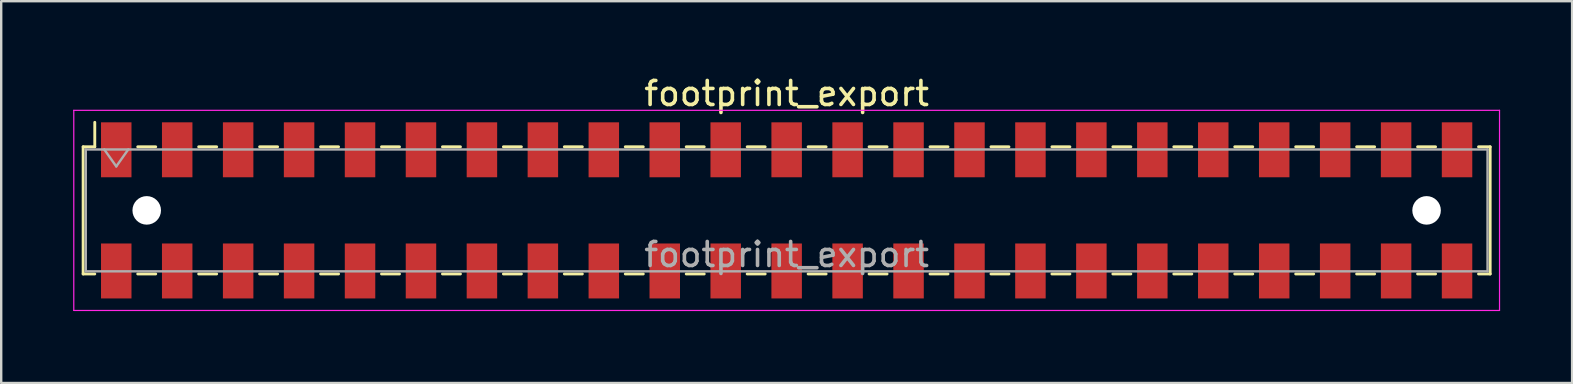
<source format=kicad_pcb>
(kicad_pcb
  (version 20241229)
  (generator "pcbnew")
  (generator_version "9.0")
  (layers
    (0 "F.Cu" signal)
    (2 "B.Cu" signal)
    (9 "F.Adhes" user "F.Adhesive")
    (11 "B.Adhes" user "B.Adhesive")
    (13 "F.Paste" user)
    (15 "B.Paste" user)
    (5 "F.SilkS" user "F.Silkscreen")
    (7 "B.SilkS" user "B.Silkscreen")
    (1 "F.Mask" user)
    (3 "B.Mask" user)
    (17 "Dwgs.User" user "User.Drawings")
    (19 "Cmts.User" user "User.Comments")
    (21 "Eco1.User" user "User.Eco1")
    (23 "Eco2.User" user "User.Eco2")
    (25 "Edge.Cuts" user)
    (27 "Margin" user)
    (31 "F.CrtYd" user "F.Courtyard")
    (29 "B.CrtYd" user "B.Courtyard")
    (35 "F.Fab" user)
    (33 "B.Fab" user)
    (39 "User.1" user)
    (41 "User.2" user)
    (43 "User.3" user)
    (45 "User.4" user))
  (footprint "footprint_export"
    (layer "F.Cu")
    (at 29.735 5.718)
    (property "Reference" "footprint_export" (at 0 -4.87 0) (layer "F.SilkS") (effects (font (size 1 1) (thickness 0.15))))
    (attr smd)
    (fp_line (start -29.32 -2.65) (end -29.32 2.65) (stroke (width 0.12) (type solid)) (layer "F.SilkS"))
    (fp_line (start -29.32 2.65) (end -28.835 2.65) (stroke (width 0.12) (type solid)) (layer "F.SilkS"))
    (fp_line (start -28.835 -3.67) (end -28.835 -2.65) (stroke (width 0.12) (type solid)) (layer "F.SilkS"))
    (fp_line (start -28.835 -2.65) (end -29.32 -2.65) (stroke (width 0.12) (type solid)) (layer "F.SilkS"))
    (fp_line (start -27.045 -2.65) (end -26.295 -2.65) (stroke (width 0.12) (type solid)) (layer "F.SilkS"))
    (fp_line (start -27.045 2.65) (end -26.295 2.65) (stroke (width 0.12) (type solid)) (layer "F.SilkS"))
    (fp_line (start -24.505 -2.65) (end -23.755 -2.65) (stroke (width 0.12) (type solid)) (layer "F.SilkS"))
    (fp_line (start -24.505 2.65) (end -23.755 2.65) (stroke (width 0.12) (type solid)) (layer "F.SilkS"))
    (fp_line (start -21.965 -2.65) (end -21.215 -2.65) (stroke (width 0.12) (type solid)) (layer "F.SilkS"))
    (fp_line (start -21.965 2.65) (end -21.215 2.65) (stroke (width 0.12) (type solid)) (layer "F.SilkS"))
    (fp_line (start -19.425 -2.65) (end -18.675 -2.65) (stroke (width 0.12) (type solid)) (layer "F.SilkS"))
    (fp_line (start -19.425 2.65) (end -18.675 2.65) (stroke (width 0.12) (type solid)) (layer "F.SilkS"))
    (fp_line (start -16.885 -2.65) (end -16.135 -2.65) (stroke (width 0.12) (type solid)) (layer "F.SilkS"))
    (fp_line (start -16.885 2.65) (end -16.135 2.65) (stroke (width 0.12) (type solid)) (layer "F.SilkS"))
    (fp_line (start -14.345 -2.65) (end -13.595 -2.65) (stroke (width 0.12) (type solid)) (layer "F.SilkS"))
    (fp_line (start -14.345 2.65) (end -13.595 2.65) (stroke (width 0.12) (type solid)) (layer "F.SilkS"))
    (fp_line (start -11.805 -2.65) (end -11.055 -2.65) (stroke (width 0.12) (type solid)) (layer "F.SilkS"))
    (fp_line (start -11.805 2.65) (end -11.055 2.65) (stroke (width 0.12) (type solid)) (layer "F.SilkS"))
    (fp_line (start -9.265 -2.65) (end -8.515 -2.65) (stroke (width 0.12) (type solid)) (layer "F.SilkS"))
    (fp_line (start -9.265 2.65) (end -8.515 2.65) (stroke (width 0.12) (type solid)) (layer "F.SilkS"))
    (fp_line (start -6.725 -2.65) (end -5.975 -2.65) (stroke (width 0.12) (type solid)) (layer "F.SilkS"))
    (fp_line (start -6.725 2.65) (end -5.975 2.65) (stroke (width 0.12) (type solid)) (layer "F.SilkS"))
    (fp_line (start -4.185 -2.65) (end -3.435 -2.65) (stroke (width 0.12) (type solid)) (layer "F.SilkS"))
    (fp_line (start -4.185 2.65) (end -3.435 2.65) (stroke (width 0.12) (type solid)) (layer "F.SilkS"))
    (fp_line (start -1.645 -2.65) (end -0.895 -2.65) (stroke (width 0.12) (type solid)) (layer "F.SilkS"))
    (fp_line (start -1.645 2.65) (end -0.895 2.65) (stroke (width 0.12) (type solid)) (layer "F.SilkS"))
    (fp_line (start 0.895 -2.65) (end 1.645 -2.65) (stroke (width 0.12) (type solid)) (layer "F.SilkS"))
    (fp_line (start 0.895 2.65) (end 1.645 2.65) (stroke (width 0.12) (type solid)) (layer "F.SilkS"))
    (fp_line (start 3.435 -2.65) (end 4.185 -2.65) (stroke (width 0.12) (type solid)) (layer "F.SilkS"))
    (fp_line (start 3.435 2.65) (end 4.185 2.65) (stroke (width 0.12) (type solid)) (layer "F.SilkS"))
    (fp_line (start 5.975 -2.65) (end 6.725 -2.65) (stroke (width 0.12) (type solid)) (layer "F.SilkS"))
    (fp_line (start 5.975 2.65) (end 6.725 2.65) (stroke (width 0.12) (type solid)) (layer "F.SilkS"))
    (fp_line (start 8.515 -2.65) (end 9.265 -2.65) (stroke (width 0.12) (type solid)) (layer "F.SilkS"))
    (fp_line (start 8.515 2.65) (end 9.265 2.65) (stroke (width 0.12) (type solid)) (layer "F.SilkS"))
    (fp_line (start 11.055 -2.65) (end 11.805 -2.65) (stroke (width 0.12) (type solid)) (layer "F.SilkS"))
    (fp_line (start 11.055 2.65) (end 11.805 2.65) (stroke (width 0.12) (type solid)) (layer "F.SilkS"))
    (fp_line (start 13.595 -2.65) (end 14.345 -2.65) (stroke (width 0.12) (type solid)) (layer "F.SilkS"))
    (fp_line (start 13.595 2.65) (end 14.345 2.65) (stroke (width 0.12) (type solid)) (layer "F.SilkS"))
    (fp_line (start 16.135 -2.65) (end 16.885 -2.65) (stroke (width 0.12) (type solid)) (layer "F.SilkS"))
    (fp_line (start 16.135 2.65) (end 16.885 2.65) (stroke (width 0.12) (type solid)) (layer "F.SilkS"))
    (fp_line (start 18.675 -2.65) (end 19.425 -2.65) (stroke (width 0.12) (type solid)) (layer "F.SilkS"))
    (fp_line (start 18.675 2.65) (end 19.425 2.65) (stroke (width 0.12) (type solid)) (layer "F.SilkS"))
    (fp_line (start 21.215 -2.65) (end 21.965 -2.65) (stroke (width 0.12) (type solid)) (layer "F.SilkS"))
    (fp_line (start 21.215 2.65) (end 21.965 2.65) (stroke (width 0.12) (type solid)) (layer "F.SilkS"))
    (fp_line (start 23.755 -2.65) (end 24.505 -2.65) (stroke (width 0.12) (type solid)) (layer "F.SilkS"))
    (fp_line (start 23.755 2.65) (end 24.505 2.65) (stroke (width 0.12) (type solid)) (layer "F.SilkS"))
    (fp_line (start 26.295 -2.65) (end 27.045 -2.65) (stroke (width 0.12) (type solid)) (layer "F.SilkS"))
    (fp_line (start 26.295 2.65) (end 27.045 2.65) (stroke (width 0.12) (type solid)) (layer "F.SilkS"))
    (fp_line (start 28.835 -2.65) (end 29.32 -2.65) (stroke (width 0.12) (type solid)) (layer "F.SilkS"))
    (fp_line (start 29.32 -2.65) (end 29.32 2.65) (stroke (width 0.12) (type solid)) (layer "F.SilkS"))
    (fp_line (start 29.32 2.65) (end 28.835 2.65) (stroke (width 0.12) (type solid)) (layer "F.SilkS"))
    (fp_line (start -29.71 -4.17) (end 29.71 -4.17) (stroke (width 0.05) (type solid)) (layer "F.CrtYd"))
    (fp_line (start -29.71 4.17) (end -29.71 -4.17) (stroke (width 0.05) (type solid)) (layer "F.CrtYd"))
    (fp_line (start 29.71 -4.17) (end 29.71 4.17) (stroke (width 0.05) (type solid)) (layer "F.CrtYd"))
    (fp_line (start 29.71 4.17) (end -29.71 4.17) (stroke (width 0.05) (type solid)) (layer "F.CrtYd"))
    (fp_line (start -29.21 -2.54) (end 29.21 -2.54) (stroke (width 0.1) (type solid)) (layer "F.Fab"))
    (fp_line (start -29.21 2.54) (end -29.21 -2.54) (stroke (width 0.1) (type solid)) (layer "F.Fab"))
    (fp_line (start -28.44 -2.54) (end -27.94 -1.833) (stroke (width 0.1) (type solid)) (layer "F.Fab"))
    (fp_line (start -27.94 -1.833) (end -27.44 -2.54) (stroke (width 0.1) (type solid)) (layer "F.Fab"))
    (fp_line (start 29.21 -2.54) (end 29.21 2.54) (stroke (width 0.1) (type solid)) (layer "F.Fab"))
    (fp_line (start 29.21 2.54) (end -29.21 2.54) (stroke (width 0.1) (type solid)) (layer "F.Fab"))
    (fp_text user "${REFERENCE}" (at 0 1.84 0) (layer "F.Fab") (effects (font (size 1 1) (thickness 0.15))))
    (pad "" np_thru_hole circle (at -26.67 0) (size 1.19 1.19) (drill 1.19) (layers "*.Cu" "*.Mask"))
    (pad "" np_thru_hole circle (at 26.67 0) (size 1.19 1.19) (drill 1.19) (layers "*.Cu" "*.Mask"))
    (pad "1" smd rect (at -27.94 -2.525) (size 1.27 2.29) (layers "F.Cu" "F.Mask" "F.Paste"))
    (pad "2" smd rect (at -27.94 2.525) (size 1.27 2.29) (layers "F.Cu" "F.Mask" "F.Paste"))
    (pad "3" smd rect (at -25.4 -2.525) (size 1.27 2.29) (layers "F.Cu" "F.Mask" "F.Paste"))
    (pad "4" smd rect (at -25.4 2.525) (size 1.27 2.29) (layers "F.Cu" "F.Mask" "F.Paste"))
    (pad "5" smd rect (at -22.86 -2.525) (size 1.27 2.29) (layers "F.Cu" "F.Mask" "F.Paste"))
    (pad "6" smd rect (at -22.86 2.525) (size 1.27 2.29) (layers "F.Cu" "F.Mask" "F.Paste"))
    (pad "7" smd rect (at -20.32 -2.525) (size 1.27 2.29) (layers "F.Cu" "F.Mask" "F.Paste"))
    (pad "8" smd rect (at -20.32 2.525) (size 1.27 2.29) (layers "F.Cu" "F.Mask" "F.Paste"))
    (pad "9" smd rect (at -17.78 -2.525) (size 1.27 2.29) (layers "F.Cu" "F.Mask" "F.Paste"))
    (pad "10" smd rect (at -17.78 2.525) (size 1.27 2.29) (layers "F.Cu" "F.Mask" "F.Paste"))
    (pad "11" smd rect (at -15.24 -2.525) (size 1.27 2.29) (layers "F.Cu" "F.Mask" "F.Paste"))
    (pad "12" smd rect (at -15.24 2.525) (size 1.27 2.29) (layers "F.Cu" "F.Mask" "F.Paste"))
    (pad "13" smd rect (at -12.7 -2.525) (size 1.27 2.29) (layers "F.Cu" "F.Mask" "F.Paste"))
    (pad "14" smd rect (at -12.7 2.525) (size 1.27 2.29) (layers "F.Cu" "F.Mask" "F.Paste"))
    (pad "15" smd rect (at -10.16 -2.525) (size 1.27 2.29) (layers "F.Cu" "F.Mask" "F.Paste"))
    (pad "16" smd rect (at -10.16 2.525) (size 1.27 2.29) (layers "F.Cu" "F.Mask" "F.Paste"))
    (pad "17" smd rect (at -7.62 -2.525) (size 1.27 2.29) (layers "F.Cu" "F.Mask" "F.Paste"))
    (pad "18" smd rect (at -7.62 2.525) (size 1.27 2.29) (layers "F.Cu" "F.Mask" "F.Paste"))
    (pad "19" smd rect (at -5.08 -2.525) (size 1.27 2.29) (layers "F.Cu" "F.Mask" "F.Paste"))
    (pad "20" smd rect (at -5.08 2.525) (size 1.27 2.29) (layers "F.Cu" "F.Mask" "F.Paste"))
    (pad "21" smd rect (at -2.54 -2.525) (size 1.27 2.29) (layers "F.Cu" "F.Mask" "F.Paste"))
    (pad "22" smd rect (at -2.54 2.525) (size 1.27 2.29) (layers "F.Cu" "F.Mask" "F.Paste"))
    (pad "23" smd rect (at 0 -2.525) (size 1.27 2.29) (layers "F.Cu" "F.Mask" "F.Paste"))
    (pad "24" smd rect (at 0 2.525) (size 1.27 2.29) (layers "F.Cu" "F.Mask" "F.Paste"))
    (pad "25" smd rect (at 2.54 -2.525) (size 1.27 2.29) (layers "F.Cu" "F.Mask" "F.Paste"))
    (pad "26" smd rect (at 2.54 2.525) (size 1.27 2.29) (layers "F.Cu" "F.Mask" "F.Paste"))
    (pad "27" smd rect (at 5.08 -2.525) (size 1.27 2.29) (layers "F.Cu" "F.Mask" "F.Paste"))
    (pad "28" smd rect (at 5.08 2.525) (size 1.27 2.29) (layers "F.Cu" "F.Mask" "F.Paste"))
    (pad "29" smd rect (at 7.62 -2.525) (size 1.27 2.29) (layers "F.Cu" "F.Mask" "F.Paste"))
    (pad "30" smd rect (at 7.62 2.525) (size 1.27 2.29) (layers "F.Cu" "F.Mask" "F.Paste"))
    (pad "31" smd rect (at 10.16 -2.525) (size 1.27 2.29) (layers "F.Cu" "F.Mask" "F.Paste"))
    (pad "32" smd rect (at 10.16 2.525) (size 1.27 2.29) (layers "F.Cu" "F.Mask" "F.Paste"))
    (pad "33" smd rect (at 12.7 -2.525) (size 1.27 2.29) (layers "F.Cu" "F.Mask" "F.Paste"))
    (pad "34" smd rect (at 12.7 2.525) (size 1.27 2.29) (layers "F.Cu" "F.Mask" "F.Paste"))
    (pad "35" smd rect (at 15.24 -2.525) (size 1.27 2.29) (layers "F.Cu" "F.Mask" "F.Paste"))
    (pad "36" smd rect (at 15.24 2.525) (size 1.27 2.29) (layers "F.Cu" "F.Mask" "F.Paste"))
    (pad "37" smd rect (at 17.78 -2.525) (size 1.27 2.29) (layers "F.Cu" "F.Mask" "F.Paste"))
    (pad "38" smd rect (at 17.78 2.525) (size 1.27 2.29) (layers "F.Cu" "F.Mask" "F.Paste"))
    (pad "39" smd rect (at 20.32 -2.525) (size 1.27 2.29) (layers "F.Cu" "F.Mask" "F.Paste"))
    (pad "40" smd rect (at 20.32 2.525) (size 1.27 2.29) (layers "F.Cu" "F.Mask" "F.Paste"))
    (pad "41" smd rect (at 22.86 -2.525) (size 1.27 2.29) (layers "F.Cu" "F.Mask" "F.Paste"))
    (pad "42" smd rect (at 22.86 2.525) (size 1.27 2.29) (layers "F.Cu" "F.Mask" "F.Paste"))
    (pad "43" smd rect (at 25.4 -2.525) (size 1.27 2.29) (layers "F.Cu" "F.Mask" "F.Paste"))
    (pad "44" smd rect (at 25.4 2.525) (size 1.27 2.29) (layers "F.Cu" "F.Mask" "F.Paste"))
    (pad "45" smd rect (at 27.94 -2.525) (size 1.27 2.29) (layers "F.Cu" "F.Mask" "F.Paste"))
    (pad "46" smd rect (at 27.94 2.525) (size 1.27 2.29) (layers "F.Cu" "F.Mask" "F.Paste")))
  (gr_rect
    (start -3 -3)
    (end 62.47 12.913)
    (stroke (width 0.1) (type default))
    (fill no)
    (layer "Edge.Cuts")))
</source>
